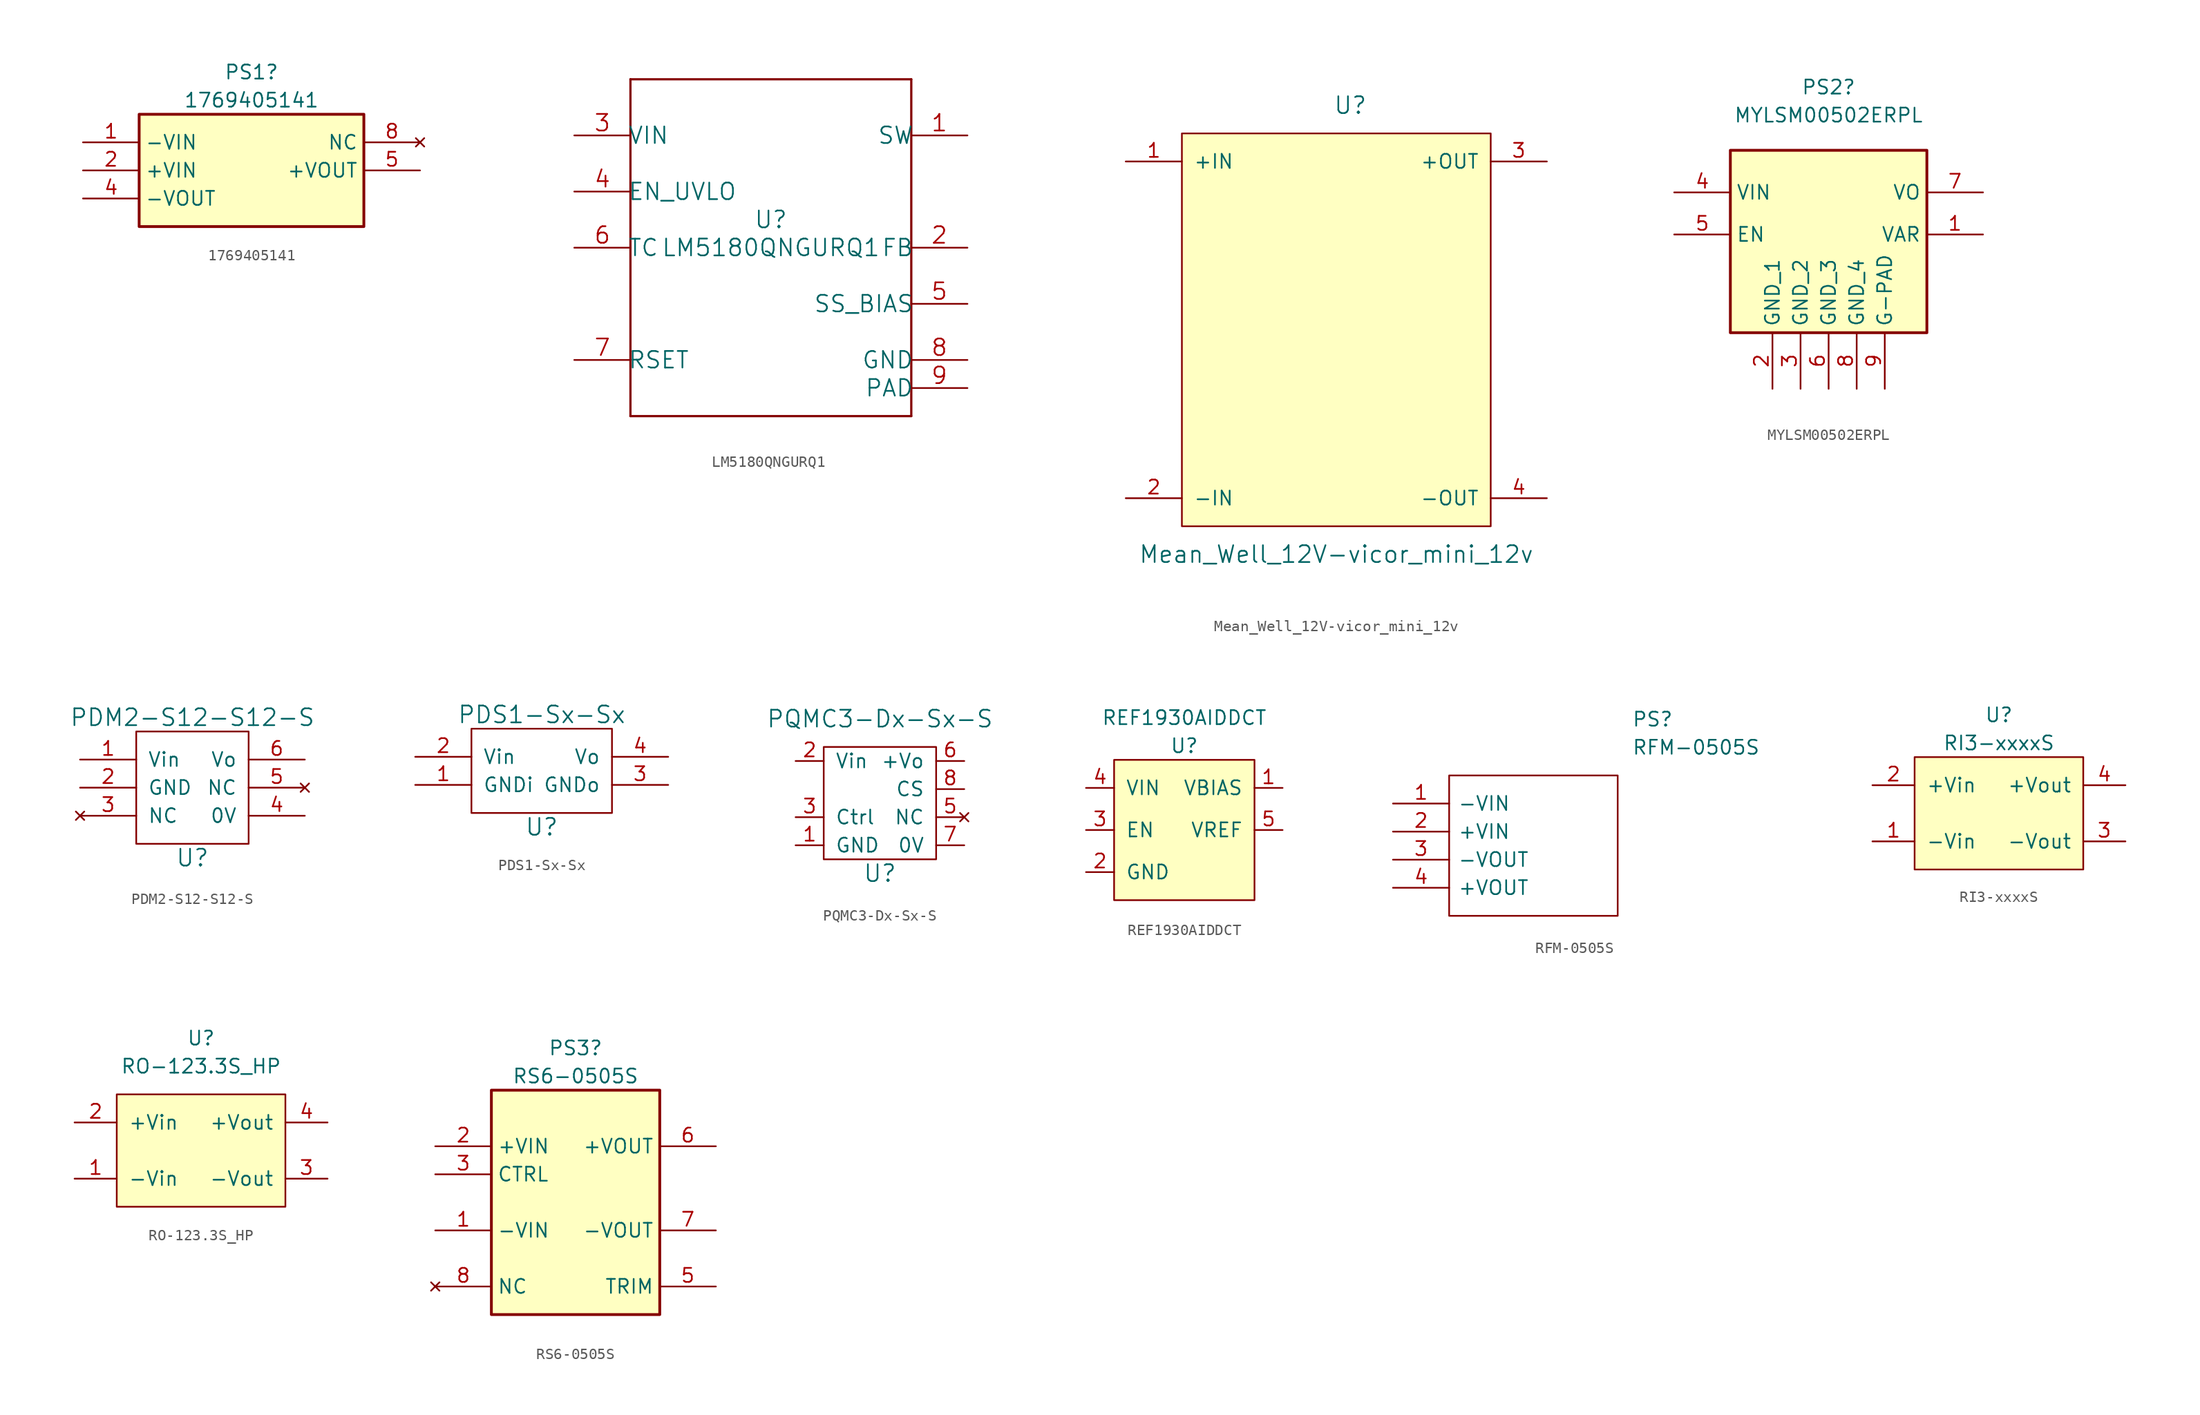
<source format=kicad_sym>
(kicad_symbol_lib
  (version 20220914)
  (generator kicad_symbol_editor)
  (symbol "1769405141"
    (property "Reference" "PS1"
      (at 15.24 6.35 0)
      (effects (font (size 1.27 1.27))))
    (property "Value" "1769405141"
      (at 15.24 3.81 0)
      (effects (font (size 1.27 1.27))))
    (symbol "1769405141_1_1"
      (rectangle (start 5.08 2.54) (end 25.4 -7.62) (stroke (width 0.254) (type default)) (fill (type background)))
      (pin passive line (at 0 0 0) (length 5.08) (name "-VIN" (effects (font (size 1.27 1.27)))) (number "1" (effects (font (size 1.27 1.27)))))
      (pin passive line (at 0 -2.54 0) (length 5.08) (name "+VIN" (effects (font (size 1.27 1.27)))) (number "2" (effects (font (size 1.27 1.27)))))
      (pin passive line (at 0 -5.08 0) (length 5.08) (name "-VOUT" (effects (font (size 1.27 1.27)))) (number "4" (effects (font (size 1.27 1.27)))))
      (pin passive line (at 30.48 -2.54 180) (length 5.08) (name "+VOUT" (effects (font (size 1.27 1.27)))) (number "5" (effects (font (size 1.27 1.27)))))
      (pin no_connect line (at 30.48 0 180) (length 5.08) (name "NC" (effects (font (size 1.27 1.27)))) (number "8" (effects (font (size 1.27 1.27)))))))
  (symbol "LM5180QNGURQ1"
    (pin_names
      (offset -0.254))
    (property "Reference" "U"
      (at 0 2.54 0)
      (effects (font (size 1.524 1.524))))
    (property "Value" "LM5180QNGURQ1"
      (at 0 0 0)
      (effects (font (size 1.524 1.524))))
    (property "Datasheet" ""
      (at 0 0 0)
      (effects (font (size 1.524 1.524))))
    (property "ki_locked" ""
      (at 0 0 0)
      (effects (font (size 1.27 1.27))))
    (symbol "LM5180QNGURQ1_1_1"
      (polyline (pts (xy -12.7 -15.24) (xy 12.7 -15.24)) (stroke (width 0.203) (type solid)) (fill (type none)))
      (polyline (pts (xy -12.7 15.24) (xy -12.7 -15.24)) (stroke (width 0.203) (type solid)) (fill (type none)))
      (polyline (pts (xy 12.7 -15.24) (xy 12.7 15.24)) (stroke (width 0.203) (type solid)) (fill (type none)))
      (polyline (pts (xy 12.7 15.24) (xy -12.7 15.24)) (stroke (width 0.203) (type solid)) (fill (type none)))
      (pin power_in line (at 17.78 10.16 180) (length 5.08) (name "SW" (effects (font (size 1.499 1.499)))) (number "1" (effects (font (size 1.499 1.499)))))
      (pin input line (at 17.78 0 180) (length 5.08) (name "FB" (effects (font (size 1.499 1.499)))) (number "2" (effects (font (size 1.499 1.499)))))
      (pin power_in line (at -17.78 10.16 0) (length 5.08) (name "VIN" (effects (font (size 1.499 1.499)))) (number "3" (effects (font (size 1.499 1.499)))))
      (pin input line (at -17.78 5.08 0) (length 5.08) (name "EN_UVLO" (effects (font (size 1.499 1.499)))) (number "4" (effects (font (size 1.499 1.499)))))
      (pin input line (at 17.78 -5.08 180) (length 5.08) (name "SS_BIAS" (effects (font (size 1.499 1.499)))) (number "5" (effects (font (size 1.499 1.499)))))
      (pin input line (at -17.78 0 0) (length 5.08) (name "TC" (effects (font (size 1.499 1.499)))) (number "6" (effects (font (size 1.499 1.499)))))
      (pin input line (at -17.78 -10.16 0) (length 5.08) (name "RSET" (effects (font (size 1.499 1.499)))) (number "7" (effects (font (size 1.499 1.499)))))
      (pin power_in line (at 17.78 -10.16 180) (length 5.08) (name "GND" (effects (font (size 1.499 1.499)))) (number "8" (effects (font (size 1.499 1.499)))))
      (pin power_in line (at 17.78 -12.7 180) (length 5.08) (name "PAD" (effects (font (size 1.499 1.499)))) (number "9" (effects (font (size 1.499 1.499)))))))
  (symbol "Mean_Well_12V-vicor_mini_12v"
    (pin_names
      (offset 1.016))
    (property "Reference" "U"
      (at 22.86 43.18 0)
      (effects (font (size 1.524 1.524))))
    (property "Value" "Mean_Well_12V-vicor_mini_12v"
      (at 21.59 2.54 0)
      (effects (font (size 1.524 1.524))))
    (symbol "Mean_Well_12V-vicor_mini_12v_0_1"
      (rectangle (start 35.56 40.64) (end 7.62 5.08) (stroke (width 0) (type solid)) (fill (type background))))
    (symbol "Mean_Well_12V-vicor_mini_12v_1_1"
      (pin power_in line (at 2.54 38.1 0) (length 5.08) (name "+IN" (effects (font (size 1.27 1.27)))) (number "1" (effects (font (size 1.27 1.27)))))
      (pin power_in line (at 2.54 7.62 0) (length 5.08) (name "-IN" (effects (font (size 1.27 1.27)))) (number "2" (effects (font (size 1.27 1.27)))))
      (pin power_out line (at 40.64 38.1 180) (length 5.08) (name "+OUT" (effects (font (size 1.27 1.27)))) (number "3" (effects (font (size 1.27 1.27)))))
      (pin power_out line (at 40.64 7.62 180) (length 5.08) (name "-OUT" (effects (font (size 1.27 1.27)))) (number "4" (effects (font (size 1.27 1.27)))))))
  (symbol "MYLSM00502ERPL"
    (property "Reference" "PS2"
      (at 13.97 13.335 0)
      (effects (font (size 1.27 1.27))))
    (property "Value" "MYLSM00502ERPL"
      (at 13.97 10.795 0)
      (effects (font (size 1.27 1.27))))
    (symbol "MYLSM00502ERPL_1_1"
      (rectangle (start 5.08 7.62) (end 22.86 -8.89) (stroke (width 0.254) (type default)) (fill (type background)))
      (pin passive line (at 27.94 0 180) (length 5.08) (name "VAR" (effects (font (size 1.27 1.27)))) (number "1" (effects (font (size 1.27 1.27)))))
      (pin passive line (at 8.89 -13.97 90) (length 5.08) (name "GND_1" (effects (font (size 1.27 1.27)))) (number "2" (effects (font (size 1.27 1.27)))))
      (pin passive line (at 11.43 -13.97 90) (length 5.08) (name "GND_2" (effects (font (size 1.27 1.27)))) (number "3" (effects (font (size 1.27 1.27)))))
      (pin passive line (at 0 3.81 0) (length 5.08) (name "VIN" (effects (font (size 1.27 1.27)))) (number "4" (effects (font (size 1.27 1.27)))))
      (pin passive line (at 0 0 0) (length 5.08) (name "EN" (effects (font (size 1.27 1.27)))) (number "5" (effects (font (size 1.27 1.27)))))
      (pin passive line (at 13.97 -13.97 90) (length 5.08) (name "GND_3" (effects (font (size 1.27 1.27)))) (number "6" (effects (font (size 1.27 1.27)))))
      (pin passive line (at 27.94 3.81 180) (length 5.08) (name "VO" (effects (font (size 1.27 1.27)))) (number "7" (effects (font (size 1.27 1.27)))))
      (pin passive line (at 16.51 -13.97 90) (length 5.08) (name "GND_4" (effects (font (size 1.27 1.27)))) (number "8" (effects (font (size 1.27 1.27)))))
      (pin passive line (at 19.05 -13.97 90) (length 5.08) (name "G-PAD" (effects (font (size 1.27 1.27)))) (number "9" (effects (font (size 1.27 1.27)))))))
  (symbol "PDM2-S12-S12-S"
    (pin_names
      (offset 1.016))
    (property "Reference" "U"
      (at 0 -6.35 0)
      (effects (font (size 1.524 1.524))))
    (property "Value" "PDM2-S12-S12-S"
      (at 0 6.35 0)
      (effects (font (size 1.524 1.524))))
    (symbol "PDM2-S12-S12-S_0_1"
      (rectangle (start 5.08 5.08) (end -5.08 -5.08) (stroke (width 0) (type solid)) (fill (type none))))
    (symbol "PDM2-S12-S12-S_1_1"
      (pin power_in line (at -10.16 2.54 0) (length 5.08) (name "Vin" (effects (font (size 1.27 1.27)))) (number "1" (effects (font (size 1.27 1.27)))))
      (pin power_in line (at -10.16 0 0) (length 5.08) (name "GND" (effects (font (size 1.27 1.27)))) (number "2" (effects (font (size 1.27 1.27)))))
      (pin no_connect line (at -10.16 -2.54 0) (length 5.08) (name "NC" (effects (font (size 1.27 1.27)))) (number "3" (effects (font (size 1.27 1.27)))))
      (pin power_out line (at 10.16 -2.54 180) (length 5.08) (name "0V" (effects (font (size 1.27 1.27)))) (number "4" (effects (font (size 1.27 1.27)))))
      (pin no_connect line (at 10.16 0 180) (length 5.08) (name "NC" (effects (font (size 1.27 1.27)))) (number "5" (effects (font (size 1.27 1.27)))))
      (pin power_out line (at 10.16 2.54 180) (length 5.08) (name "Vo" (effects (font (size 1.27 1.27)))) (number "6" (effects (font (size 1.27 1.27)))))))
  (symbol "PDS1-Sx-Sx"
    (pin_names
      (offset 1.016))
    (property "Reference" "U"
      (at 0 -5.08 0)
      (effects (font (size 1.524 1.524))))
    (property "Value" "PDS1-Sx-Sx"
      (at 0 5.08 0)
      (effects (font (size 1.524 1.524))))
    (symbol "PDS1-Sx-Sx_0_1"
      (rectangle (start -6.35 -3.81) (end 6.35 3.81) (stroke (width 0) (type solid)) (fill (type none))))
    (symbol "PDS1-Sx-Sx_1_1"
      (pin power_in line (at -11.43 -1.27 0) (length 5.08) (name "GNDi" (effects (font (size 1.27 1.27)))) (number "1" (effects (font (size 1.27 1.27)))))
      (pin power_in line (at -11.43 1.27 0) (length 5.08) (name "Vin" (effects (font (size 1.27 1.27)))) (number "2" (effects (font (size 1.27 1.27)))))
      (pin power_out line (at 11.43 -1.27 180) (length 5.08) (name "GNDo" (effects (font (size 1.27 1.27)))) (number "3" (effects (font (size 1.27 1.27)))))
      (pin power_out line (at 11.43 1.27 180) (length 5.08) (name "Vo" (effects (font (size 1.27 1.27)))) (number "4" (effects (font (size 1.27 1.27)))))))
  (symbol "PQMC3-Dx-Sx-S"
    (pin_names
      (offset 1.016))
    (property "Reference" "U"
      (at 0 -6.35 0)
      (effects (font (size 1.524 1.524))))
    (property "Value" "PQMC3-Dx-Sx-S"
      (at 0 7.62 0)
      (effects (font (size 1.524 1.524))))
    (symbol "PQMC3-Dx-Sx-S_0_1"
      (rectangle (start 5.08 5.08) (end -5.08 -5.08) (stroke (width 0) (type solid)) (fill (type none))))
    (symbol "PQMC3-Dx-Sx-S_1_1"
      (pin power_in line (at -7.62 -3.81 0) (length 2.54) (name "GND" (effects (font (size 1.27 1.27)))) (number "1" (effects (font (size 1.27 1.27)))))
      (pin power_in line (at -7.62 3.81 0) (length 2.54) (name "Vin" (effects (font (size 1.27 1.27)))) (number "2" (effects (font (size 1.27 1.27)))))
      (pin input line (at -7.62 -1.27 0) (length 2.54) (name "Ctrl" (effects (font (size 1.27 1.27)))) (number "3" (effects (font (size 1.27 1.27)))))
      (pin no_connect line (at 7.62 -1.27 180) (length 2.54) (name "NC" (effects (font (size 1.27 1.27)))) (number "5" (effects (font (size 1.27 1.27)))))
      (pin power_out line (at 7.62 3.81 180) (length 2.54) (name "+Vo" (effects (font (size 1.27 1.27)))) (number "6" (effects (font (size 1.27 1.27)))))
      (pin power_out line (at 7.62 -3.81 180) (length 2.54) (name "0V" (effects (font (size 1.27 1.27)))) (number "7" (effects (font (size 1.27 1.27)))))
      (pin output line (at 7.62 1.27 180) (length 2.54) (name "CS" (effects (font (size 1.27 1.27)))) (number "8" (effects (font (size 1.27 1.27)))))))
  (symbol "REF1930AIDDCT"
    (pin_names
      (offset 1.016))
    (property "Reference" "U"
      (at 0 3.81 0)
      (effects (font (size 1.27 1.27))))
    (property "Value" "REF1930AIDDCT"
      (at 0 6.35 0)
      (effects (font (size 1.27 1.27))))
    (symbol "REF1930AIDDCT_0_1"
      (rectangle (start 6.35 2.54) (end -6.35 -10.16) (stroke (width 0) (type solid)) (fill (type background))))
    (symbol "REF1930AIDDCT_1_1"
      (pin output line (at 8.89 0 180) (length 2.54) (name "VBIAS" (effects (font (size 1.27 1.27)))) (number "1" (effects (font (size 1.27 1.27)))))
      (pin power_in line (at -8.89 -7.62 0) (length 2.54) (name "GND" (effects (font (size 1.27 1.27)))) (number "2" (effects (font (size 1.27 1.27)))))
      (pin input line (at -8.89 -3.81 0) (length 2.54) (name "EN" (effects (font (size 1.27 1.27)))) (number "3" (effects (font (size 1.27 1.27)))))
      (pin power_in line (at -8.89 0 0) (length 2.54) (name "VIN" (effects (font (size 1.27 1.27)))) (number "4" (effects (font (size 1.27 1.27)))))
      (pin power_out line (at 8.89 -3.81 180) (length 2.54) (name "VREF" (effects (font (size 1.27 1.27)))) (number "5" (effects (font (size 1.27 1.27)))))))
  (symbol "RFM-0505S"
    (pin_names
      (offset 0.762))
    (property "Reference" "PS"
      (at 21.59 7.62 0)
      (effects (font (size 1.27 1.27)) (justify left)))
    (property "Value" "RFM-0505S"
      (at 21.59 5.08 0)
      (effects (font (size 1.27 1.27)) (justify left)))
    (symbol "RFM-0505S_0_0"
      (pin passive line (at 0 0 0) (length 5.08) (name "-VIN" (effects (font (size 1.27 1.27)))) (number "1" (effects (font (size 1.27 1.27)))))
      (pin passive line (at 0 -2.54 0) (length 5.08) (name "+VIN" (effects (font (size 1.27 1.27)))) (number "2" (effects (font (size 1.27 1.27)))))
      (pin passive line (at 0 -5.08 0) (length 5.08) (name "-VOUT" (effects (font (size 1.27 1.27)))) (number "3" (effects (font (size 1.27 1.27)))))
      (pin passive line (at 0 -7.62 0) (length 5.08) (name "+VOUT" (effects (font (size 1.27 1.27)))) (number "4" (effects (font (size 1.27 1.27))))))
    (symbol "RFM-0505S_0_1"
      (polyline (pts (xy 5.08 2.54) (xy 20.32 2.54) (xy 20.32 -10.16) (xy 5.08 -10.16) (xy 5.08 2.54)) (stroke (width 0.152) (type solid)) (fill (type none)))))
  (symbol "RI3-xxxxS"
    (pin_names
      (offset 1.016))
    (property "Reference" "U"
      (at 0 2.54 0)
      (effects (font (size 1.27 1.27))))
    (property "Value" "RI3-xxxxS"
      (at 0 0 0)
      (effects (font (size 1.27 1.27))))
    (symbol "RI3-xxxxS_1_1"
      (rectangle (start -7.62 -1.27) (end 7.62 -11.43) (stroke (width 0) (type solid)) (fill (type background)))
      (pin input line (at -11.43 -8.89 0) (length 3.81) (name "-Vin" (effects (font (size 1.27 1.27)))) (number "1" (effects (font (size 1.27 1.27)))))
      (pin power_in line (at -11.43 -3.81 0) (length 3.81) (name "+Vin" (effects (font (size 1.27 1.27)))) (number "2" (effects (font (size 1.27 1.27)))))
      (pin power_out line (at 11.43 -8.89 180) (length 3.81) (name "-Vout" (effects (font (size 1.27 1.27)))) (number "3" (effects (font (size 1.27 1.27)))))
      (pin power_out line (at 11.43 -3.81 180) (length 3.81) (name "+Vout" (effects (font (size 1.27 1.27)))) (number "4" (effects (font (size 1.27 1.27)))))))
  (symbol "RO-123.3S_HP"
    (pin_names
      (offset 1.016))
    (property "Reference" "U"
      (at 0 10.16 0)
      (effects (font (size 1.27 1.27))))
    (property "Value" "RO-123.3S_HP"
      (at 0 7.62 0)
      (effects (font (size 1.27 1.27))))
    (symbol "RO-123.3S_HP_1_1"
      (rectangle (start -7.62 5.08) (end 7.62 -5.08) (stroke (width 0) (type solid)) (fill (type background)))
      (pin input line (at -11.43 -2.54 0) (length 3.81) (name "-Vin" (effects (font (size 1.27 1.27)))) (number "1" (effects (font (size 1.27 1.27)))))
      (pin power_in line (at -11.43 2.54 0) (length 3.81) (name "+Vin" (effects (font (size 1.27 1.27)))) (number "2" (effects (font (size 1.27 1.27)))))
      (pin power_out line (at 11.43 -2.54 180) (length 3.81) (name "-Vout" (effects (font (size 1.27 1.27)))) (number "3" (effects (font (size 1.27 1.27)))))
      (pin power_out line (at 11.43 2.54 180) (length 3.81) (name "+Vout" (effects (font (size 1.27 1.27)))) (number "4" (effects (font (size 1.27 1.27)))))))
  (symbol "RS6-0505S"
    (property "Reference" "PS3"
      (at 12.7 6.35 0)
      (effects (font (size 1.27 1.27))))
    (property "Value" "RS6-0505S"
      (at 12.7 3.81 0)
      (effects (font (size 1.27 1.27))))
    (symbol "RS6-0505S_1_1"
      (rectangle (start 5.08 2.54) (end 20.32 -17.78) (stroke (width 0.254) (type default)) (fill (type background)))
      (pin passive line (at 0 -10.16 0) (length 5.08) (name "-VIN" (effects (font (size 1.27 1.27)))) (number "1" (effects (font (size 1.27 1.27)))))
      (pin passive line (at 0 -2.54 0) (length 5.08) (name "+VIN" (effects (font (size 1.27 1.27)))) (number "2" (effects (font (size 1.27 1.27)))))
      (pin passive line (at 0 -5.08 0) (length 5.08) (name "CTRL" (effects (font (size 1.27 1.27)))) (number "3" (effects (font (size 1.27 1.27)))))
      (pin passive line (at 25.4 -15.24 180) (length 5.08) (name "TRIM" (effects (font (size 1.27 1.27)))) (number "5" (effects (font (size 1.27 1.27)))))
      (pin passive line (at 25.4 -2.54 180) (length 5.08) (name "+VOUT" (effects (font (size 1.27 1.27)))) (number "6" (effects (font (size 1.27 1.27)))))
      (pin passive line (at 25.4 -10.16 180) (length 5.08) (name "-VOUT" (effects (font (size 1.27 1.27)))) (number "7" (effects (font (size 1.27 1.27)))))
      (pin no_connect line (at 0 -15.24 0) (length 5.08) (name "NC" (effects (font (size 1.27 1.27)))) (number "8" (effects (font (size 1.27 1.27))))))))
</source>
